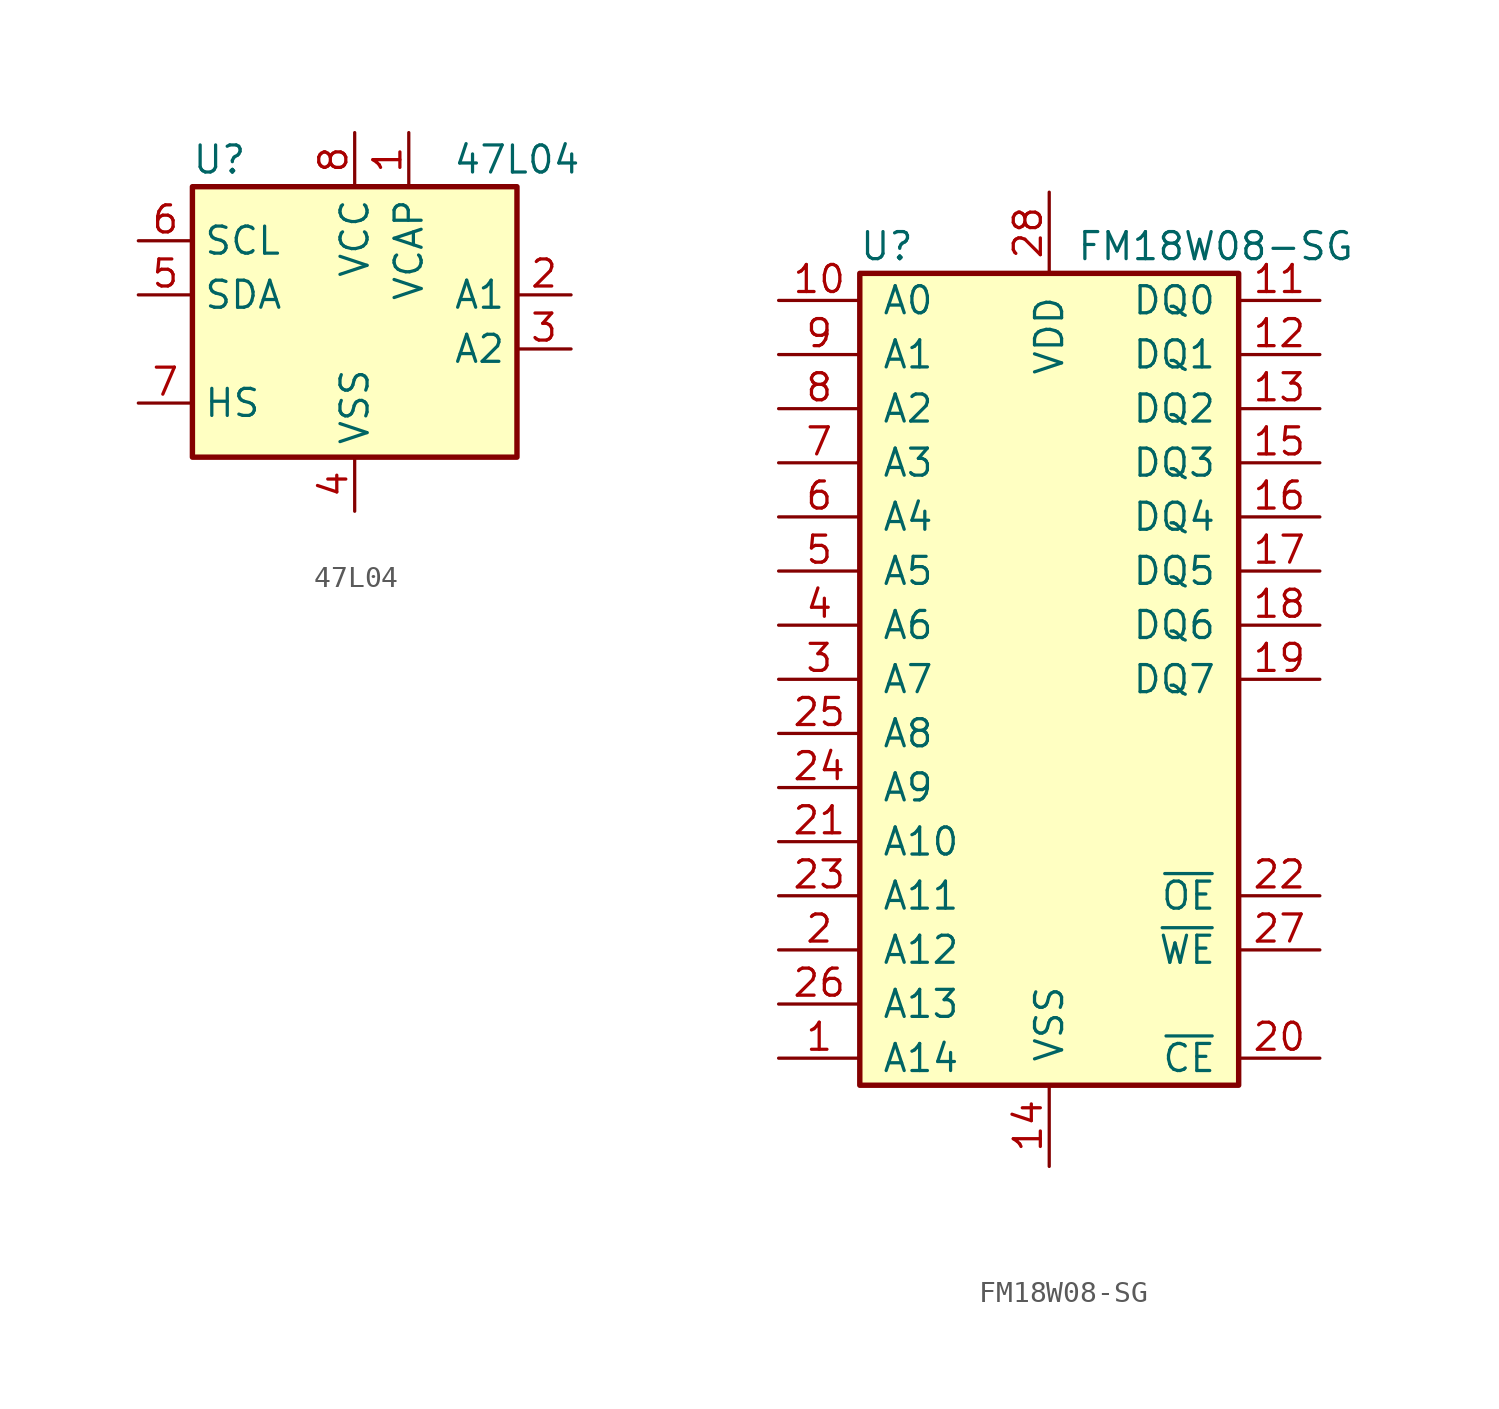
<source format=kicad_sym>
(kicad_symbol_lib
  (version 20220914)
  (generator kicad_symbol_editor)
  (symbol "47L04"
    (property "Reference" "U"
      (at -6.35 6.35 0)
      (effects (font (size 1.27 1.27))))
    (property "Value" "47L04"
      (at 7.62 6.35 0)
      (effects (font (size 1.27 1.27))))
    (symbol "47L04_1_1"
      (rectangle (start -7.62 5.08) (end 7.62 -7.62) (stroke (width 0.254) (type default)) (fill (type background)))
      (pin power_in line (at 2.54 7.62 270) (length 2.54) (name "VCAP" (effects (font (size 1.27 1.27)))) (number "1" (effects (font (size 1.27 1.27)))))
      (pin input line (at 10.16 0 180) (length 2.54) (name "A1" (effects (font (size 1.27 1.27)))) (number "2" (effects (font (size 1.27 1.27)))))
      (pin input line (at 10.16 -2.54 180) (length 2.54) (name "A2" (effects (font (size 1.27 1.27)))) (number "3" (effects (font (size 1.27 1.27)))))
      (pin power_in line (at 0 -10.16 90) (length 2.54) (name "VSS" (effects (font (size 1.27 1.27)))) (number "4" (effects (font (size 1.27 1.27)))))
      (pin bidirectional line (at -10.16 0 0) (length 2.54) (name "SDA" (effects (font (size 1.27 1.27)))) (number "5" (effects (font (size 1.27 1.27)))))
      (pin input line (at -10.16 2.54 0) (length 2.54) (name "SCL" (effects (font (size 1.27 1.27)))) (number "6" (effects (font (size 1.27 1.27)))))
      (pin input line (at -10.16 -5.08 0) (length 2.54) (name "HS" (effects (font (size 1.27 1.27)))) (number "7" (effects (font (size 1.27 1.27)))))
      (pin power_in line (at 0 7.62 270) (length 2.54) (name "VCC" (effects (font (size 1.27 1.27)))) (number "8" (effects (font (size 1.27 1.27)))))))
  (symbol "FM18W08-SG"
    (pin_names
      (offset 1.016))
    (property "Reference" "U"
      (at -7.62 20.32 0)
      (effects (font (size 1.27 1.27))))
    (property "Value" "FM18W08-SG"
      (at 1.27 20.32 0)
      (effects (font (size 1.27 1.27)) (justify left)))
    (symbol "FM18W08-SG_0_1"
      (rectangle (start -8.89 19.05) (end 8.89 -19.05) (stroke (width 0.254) (type default)) (fill (type background))))
    (symbol "FM18W08-SG_1_1"
      (pin input line (at -12.7 -17.78 0) (length 3.81) (name "A14" (effects (font (size 1.27 1.27)))) (number "1" (effects (font (size 1.27 1.27)))))
      (pin input line (at -12.7 17.78 0) (length 3.81) (name "A0" (effects (font (size 1.27 1.27)))) (number "10" (effects (font (size 1.27 1.27)))))
      (pin bidirectional line (at 12.7 17.78 180) (length 3.81) (name "DQ0" (effects (font (size 1.27 1.27)))) (number "11" (effects (font (size 1.27 1.27)))))
      (pin bidirectional line (at 12.7 15.24 180) (length 3.81) (name "DQ1" (effects (font (size 1.27 1.27)))) (number "12" (effects (font (size 1.27 1.27)))))
      (pin bidirectional line (at 12.7 12.7 180) (length 3.81) (name "DQ2" (effects (font (size 1.27 1.27)))) (number "13" (effects (font (size 1.27 1.27)))))
      (pin power_in line (at 0 -22.86 90) (length 3.81) (name "VSS" (effects (font (size 1.27 1.27)))) (number "14" (effects (font (size 1.27 1.27)))))
      (pin bidirectional line (at 12.7 10.16 180) (length 3.81) (name "DQ3" (effects (font (size 1.27 1.27)))) (number "15" (effects (font (size 1.27 1.27)))))
      (pin bidirectional line (at 12.7 7.62 180) (length 3.81) (name "DQ4" (effects (font (size 1.27 1.27)))) (number "16" (effects (font (size 1.27 1.27)))))
      (pin bidirectional line (at 12.7 5.08 180) (length 3.81) (name "DQ5" (effects (font (size 1.27 1.27)))) (number "17" (effects (font (size 1.27 1.27)))))
      (pin bidirectional line (at 12.7 2.54 180) (length 3.81) (name "DQ6" (effects (font (size 1.27 1.27)))) (number "18" (effects (font (size 1.27 1.27)))))
      (pin bidirectional line (at 12.7 0 180) (length 3.81) (name "DQ7" (effects (font (size 1.27 1.27)))) (number "19" (effects (font (size 1.27 1.27)))))
      (pin input line (at -12.7 -12.7 0) (length 3.81) (name "A12" (effects (font (size 1.27 1.27)))) (number "2" (effects (font (size 1.27 1.27)))))
      (pin input line (at 12.7 -17.78 180) (length 3.81) (name "~{CE}" (effects (font (size 1.27 1.27)))) (number "20" (effects (font (size 1.27 1.27)))))
      (pin input line (at -12.7 -7.62 0) (length 3.81) (name "A10" (effects (font (size 1.27 1.27)))) (number "21" (effects (font (size 1.27 1.27)))))
      (pin input line (at 12.7 -10.16 180) (length 3.81) (name "~{OE}" (effects (font (size 1.27 1.27)))) (number "22" (effects (font (size 1.27 1.27)))))
      (pin input line (at -12.7 -10.16 0) (length 3.81) (name "A11" (effects (font (size 1.27 1.27)))) (number "23" (effects (font (size 1.27 1.27)))))
      (pin input line (at -12.7 -5.08 0) (length 3.81) (name "A9" (effects (font (size 1.27 1.27)))) (number "24" (effects (font (size 1.27 1.27)))))
      (pin input line (at -12.7 -2.54 0) (length 3.81) (name "A8" (effects (font (size 1.27 1.27)))) (number "25" (effects (font (size 1.27 1.27)))))
      (pin input line (at -12.7 -15.24 0) (length 3.81) (name "A13" (effects (font (size 1.27 1.27)))) (number "26" (effects (font (size 1.27 1.27)))))
      (pin input line (at 12.7 -12.7 180) (length 3.81) (name "~{WE}" (effects (font (size 1.27 1.27)))) (number "27" (effects (font (size 1.27 1.27)))))
      (pin power_in line (at 0 22.86 270) (length 3.81) (name "VDD" (effects (font (size 1.27 1.27)))) (number "28" (effects (font (size 1.27 1.27)))))
      (pin input line (at -12.7 0 0) (length 3.81) (name "A7" (effects (font (size 1.27 1.27)))) (number "3" (effects (font (size 1.27 1.27)))))
      (pin input line (at -12.7 2.54 0) (length 3.81) (name "A6" (effects (font (size 1.27 1.27)))) (number "4" (effects (font (size 1.27 1.27)))))
      (pin input line (at -12.7 5.08 0) (length 3.81) (name "A5" (effects (font (size 1.27 1.27)))) (number "5" (effects (font (size 1.27 1.27)))))
      (pin input line (at -12.7 7.62 0) (length 3.81) (name "A4" (effects (font (size 1.27 1.27)))) (number "6" (effects (font (size 1.27 1.27)))))
      (pin input line (at -12.7 10.16 0) (length 3.81) (name "A3" (effects (font (size 1.27 1.27)))) (number "7" (effects (font (size 1.27 1.27)))))
      (pin input line (at -12.7 12.7 0) (length 3.81) (name "A2" (effects (font (size 1.27 1.27)))) (number "8" (effects (font (size 1.27 1.27)))))
      (pin input line (at -12.7 15.24 0) (length 3.81) (name "A1" (effects (font (size 1.27 1.27)))) (number "9" (effects (font (size 1.27 1.27))))))))
</source>
